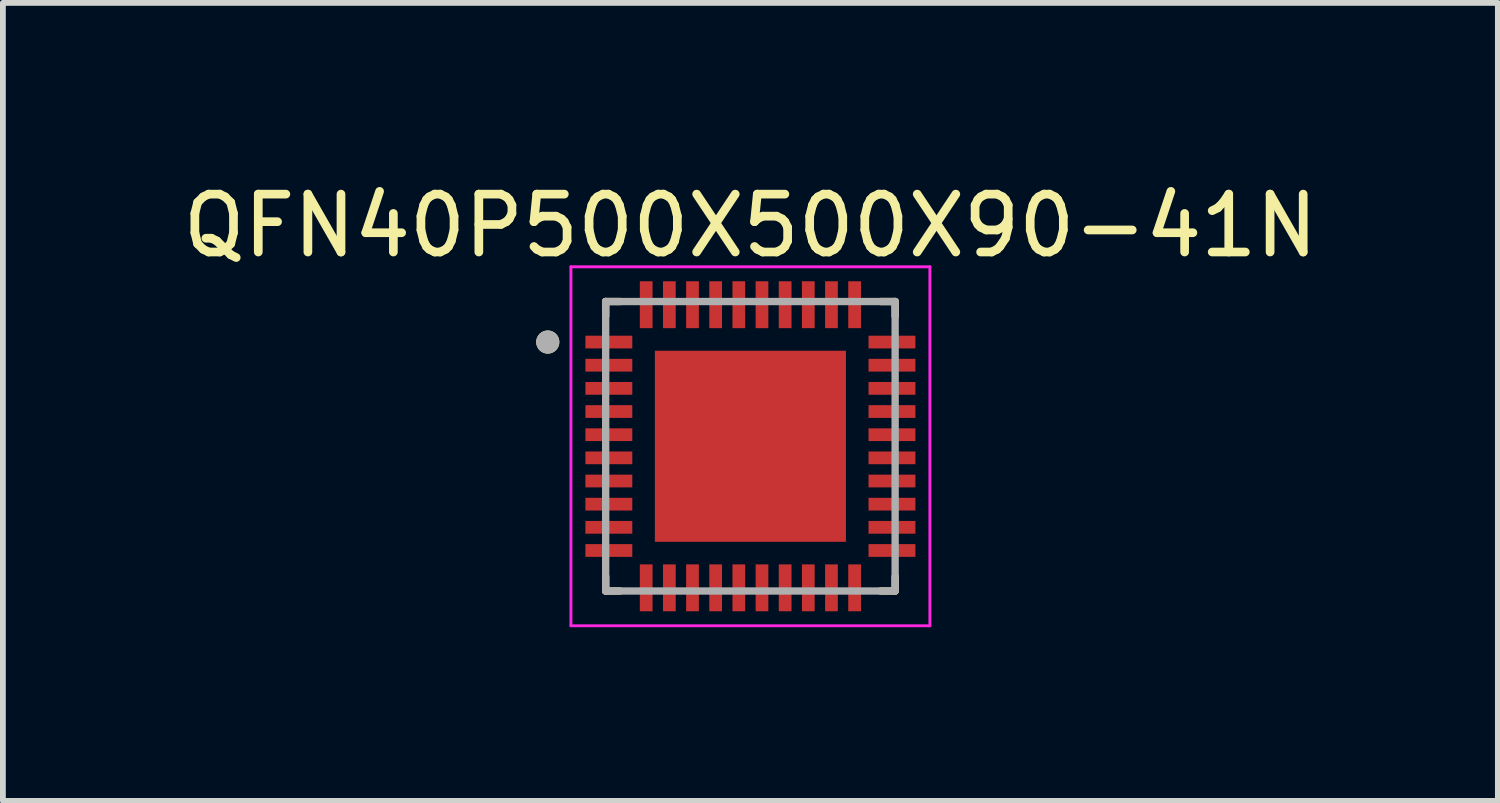
<source format=kicad_pcb>
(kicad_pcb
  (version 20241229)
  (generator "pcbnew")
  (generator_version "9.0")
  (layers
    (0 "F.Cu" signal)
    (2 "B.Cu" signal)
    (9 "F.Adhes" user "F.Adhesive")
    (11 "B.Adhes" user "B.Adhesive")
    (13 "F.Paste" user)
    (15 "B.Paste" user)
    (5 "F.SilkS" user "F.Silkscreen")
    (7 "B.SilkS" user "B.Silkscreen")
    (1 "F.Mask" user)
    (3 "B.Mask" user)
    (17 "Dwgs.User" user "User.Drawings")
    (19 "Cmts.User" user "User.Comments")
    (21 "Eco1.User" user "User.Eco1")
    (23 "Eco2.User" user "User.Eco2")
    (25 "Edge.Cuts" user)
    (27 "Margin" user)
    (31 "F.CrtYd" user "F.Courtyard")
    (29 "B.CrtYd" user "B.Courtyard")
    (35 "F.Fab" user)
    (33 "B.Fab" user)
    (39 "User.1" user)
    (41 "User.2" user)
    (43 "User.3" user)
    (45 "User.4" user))
  (footprint "QFN40P500X500X90-41N"
    (layer "F.Cu")
    (at 9.911 4.658)
    (property "Reference" "QFN40P500X500X90-41N" (at 0 -3.81 0) (layer "F.SilkS") (effects (font (size 1 1) (thickness 0.15))))
    (attr smd)
    (fp_poly (pts (xy -2.9 -1.96) (xy -1.99 -1.96) (xy -1.99 -1.64) (xy -2.9 -1.64)) (stroke (width 0.01) (type solid)) (fill yes) (layer "F.Mask"))
    (fp_poly (pts (xy -2.9 -1.56) (xy -1.99 -1.56) (xy -1.99 -1.24) (xy -2.9 -1.24)) (stroke (width 0.01) (type solid)) (fill yes) (layer "F.Mask"))
    (fp_poly (pts (xy -2.9 -1.16) (xy -1.99 -1.16) (xy -1.99 -0.84) (xy -2.9 -0.84)) (stroke (width 0.01) (type solid)) (fill yes) (layer "F.Mask"))
    (fp_poly (pts (xy -2.9 -0.76) (xy -1.99 -0.76) (xy -1.99 -0.44) (xy -2.9 -0.44)) (stroke (width 0.01) (type solid)) (fill yes) (layer "F.Mask"))
    (fp_poly (pts (xy -2.9 -0.36) (xy -1.99 -0.36) (xy -1.99 -0.04) (xy -2.9 -0.04)) (stroke (width 0.01) (type solid)) (fill yes) (layer "F.Mask"))
    (fp_poly (pts (xy -2.9 0.04) (xy -1.99 0.04) (xy -1.99 0.36) (xy -2.9 0.36)) (stroke (width 0.01) (type solid)) (fill yes) (layer "F.Mask"))
    (fp_poly (pts (xy -2.9 0.44) (xy -1.99 0.44) (xy -1.99 0.76) (xy -2.9 0.76)) (stroke (width 0.01) (type solid)) (fill yes) (layer "F.Mask"))
    (fp_poly (pts (xy -2.9 0.84) (xy -1.99 0.84) (xy -1.99 1.16) (xy -2.9 1.16)) (stroke (width 0.01) (type solid)) (fill yes) (layer "F.Mask"))
    (fp_poly (pts (xy -2.9 1.24) (xy -1.99 1.24) (xy -1.99 1.56) (xy -2.9 1.56)) (stroke (width 0.01) (type solid)) (fill yes) (layer "F.Mask"))
    (fp_poly (pts (xy -2.9 1.64) (xy -1.99 1.64) (xy -1.99 1.96) (xy -2.9 1.96)) (stroke (width 0.01) (type solid)) (fill yes) (layer "F.Mask"))
    (fp_poly (pts (xy -1.96 -2.9) (xy -1.64 -2.9) (xy -1.64 -1.99) (xy -1.96 -1.99)) (stroke (width 0.01) (type solid)) (fill yes) (layer "F.Mask"))
    (fp_poly (pts (xy -1.96 1.99) (xy -1.64 1.99) (xy -1.64 2.9) (xy -1.96 2.9)) (stroke (width 0.01) (type solid)) (fill yes) (layer "F.Mask"))
    (fp_poly (pts (xy -1.7 -1.7) (xy 1.7 -1.7) (xy 1.7 1.7) (xy -1.7 1.7)) (stroke (width 0.01) (type solid)) (fill yes) (layer "F.Mask"))
    (fp_poly (pts (xy -1.56 -2.9) (xy -1.24 -2.9) (xy -1.24 -1.99) (xy -1.56 -1.99)) (stroke (width 0.01) (type solid)) (fill yes) (layer "F.Mask"))
    (fp_poly (pts (xy -1.56 1.99) (xy -1.24 1.99) (xy -1.24 2.9) (xy -1.56 2.9)) (stroke (width 0.01) (type solid)) (fill yes) (layer "F.Mask"))
    (fp_poly (pts (xy -1.16 -2.9) (xy -0.84 -2.9) (xy -0.84 -1.99) (xy -1.16 -1.99)) (stroke (width 0.01) (type solid)) (fill yes) (layer "F.Mask"))
    (fp_poly (pts (xy -1.16 1.99) (xy -0.84 1.99) (xy -0.84 2.9) (xy -1.16 2.9)) (stroke (width 0.01) (type solid)) (fill yes) (layer "F.Mask"))
    (fp_poly (pts (xy -0.76 -2.9) (xy -0.44 -2.9) (xy -0.44 -1.99) (xy -0.76 -1.99)) (stroke (width 0.01) (type solid)) (fill yes) (layer "F.Mask"))
    (fp_poly (pts (xy -0.76 1.99) (xy -0.44 1.99) (xy -0.44 2.9) (xy -0.76 2.9)) (stroke (width 0.01) (type solid)) (fill yes) (layer "F.Mask"))
    (fp_poly (pts (xy -0.36 -2.9) (xy -0.04 -2.9) (xy -0.04 -1.99) (xy -0.36 -1.99)) (stroke (width 0.01) (type solid)) (fill yes) (layer "F.Mask"))
    (fp_poly (pts (xy -0.36 1.99) (xy -0.04 1.99) (xy -0.04 2.9) (xy -0.36 2.9)) (stroke (width 0.01) (type solid)) (fill yes) (layer "F.Mask"))
    (fp_poly (pts (xy 0.04 -2.9) (xy 0.36 -2.9) (xy 0.36 -1.99) (xy 0.04 -1.99)) (stroke (width 0.01) (type solid)) (fill yes) (layer "F.Mask"))
    (fp_poly (pts (xy 0.04 1.99) (xy 0.36 1.99) (xy 0.36 2.9) (xy 0.04 2.9)) (stroke (width 0.01) (type solid)) (fill yes) (layer "F.Mask"))
    (fp_poly (pts (xy 0.44 -2.9) (xy 0.76 -2.9) (xy 0.76 -1.99) (xy 0.44 -1.99)) (stroke (width 0.01) (type solid)) (fill yes) (layer "F.Mask"))
    (fp_poly (pts (xy 0.44 1.99) (xy 0.76 1.99) (xy 0.76 2.9) (xy 0.44 2.9)) (stroke (width 0.01) (type solid)) (fill yes) (layer "F.Mask"))
    (fp_poly (pts (xy 0.84 -2.9) (xy 1.16 -2.9) (xy 1.16 -1.99) (xy 0.84 -1.99)) (stroke (width 0.01) (type solid)) (fill yes) (layer "F.Mask"))
    (fp_poly (pts (xy 0.84 1.99) (xy 1.16 1.99) (xy 1.16 2.9) (xy 0.84 2.9)) (stroke (width 0.01) (type solid)) (fill yes) (layer "F.Mask"))
    (fp_poly (pts (xy 1.24 -2.9) (xy 1.56 -2.9) (xy 1.56 -1.99) (xy 1.24 -1.99)) (stroke (width 0.01) (type solid)) (fill yes) (layer "F.Mask"))
    (fp_poly (pts (xy 1.24 1.99) (xy 1.56 1.99) (xy 1.56 2.9) (xy 1.24 2.9)) (stroke (width 0.01) (type solid)) (fill yes) (layer "F.Mask"))
    (fp_poly (pts (xy 1.64 -2.9) (xy 1.96 -2.9) (xy 1.96 -1.99) (xy 1.64 -1.99)) (stroke (width 0.01) (type solid)) (fill yes) (layer "F.Mask"))
    (fp_poly (pts (xy 1.64 1.99) (xy 1.96 1.99) (xy 1.96 2.9) (xy 1.64 2.9)) (stroke (width 0.01) (type solid)) (fill yes) (layer "F.Mask"))
    (fp_poly (pts (xy 1.99 -1.96) (xy 2.9 -1.96) (xy 2.9 -1.64) (xy 1.99 -1.64)) (stroke (width 0.01) (type solid)) (fill yes) (layer "F.Mask"))
    (fp_poly (pts (xy 1.99 -1.56) (xy 2.9 -1.56) (xy 2.9 -1.24) (xy 1.99 -1.24)) (stroke (width 0.01) (type solid)) (fill yes) (layer "F.Mask"))
    (fp_poly (pts (xy 1.99 -1.16) (xy 2.9 -1.16) (xy 2.9 -0.84) (xy 1.99 -0.84)) (stroke (width 0.01) (type solid)) (fill yes) (layer "F.Mask"))
    (fp_poly (pts (xy 1.99 -0.76) (xy 2.9 -0.76) (xy 2.9 -0.44) (xy 1.99 -0.44)) (stroke (width 0.01) (type solid)) (fill yes) (layer "F.Mask"))
    (fp_poly (pts (xy 1.99 -0.36) (xy 2.9 -0.36) (xy 2.9 -0.04) (xy 1.99 -0.04)) (stroke (width 0.01) (type solid)) (fill yes) (layer "F.Mask"))
    (fp_poly (pts (xy 1.99 0.04) (xy 2.9 0.04) (xy 2.9 0.36) (xy 1.99 0.36)) (stroke (width 0.01) (type solid)) (fill yes) (layer "F.Mask"))
    (fp_poly (pts (xy 1.99 0.44) (xy 2.9 0.44) (xy 2.9 0.76) (xy 1.99 0.76)) (stroke (width 0.01) (type solid)) (fill yes) (layer "F.Mask"))
    (fp_poly (pts (xy 1.99 0.84) (xy 2.9 0.84) (xy 2.9 1.16) (xy 1.99 1.16)) (stroke (width 0.01) (type solid)) (fill yes) (layer "F.Mask"))
    (fp_poly (pts (xy 1.99 1.24) (xy 2.9 1.24) (xy 2.9 1.56) (xy 1.99 1.56)) (stroke (width 0.01) (type solid)) (fill yes) (layer "F.Mask"))
    (fp_poly (pts (xy 1.99 1.64) (xy 2.9 1.64) (xy 2.9 1.96) (xy 1.99 1.96)) (stroke (width 0.01) (type solid)) (fill yes) (layer "F.Mask"))
    (fp_line (start -2.5 -2.5) (end -2.5 -2.25) (stroke (width 0.127) (type solid)) (layer "F.SilkS"))
    (fp_line (start -2.5 -2.5) (end -2.25 -2.5) (stroke (width 0.127) (type solid)) (layer "F.SilkS"))
    (fp_line (start -2.5 2.25) (end -2.5 2.5) (stroke (width 0.127) (type solid)) (layer "F.SilkS"))
    (fp_line (start -2.5 2.5) (end -2.25 2.5) (stroke (width 0.127) (type solid)) (layer "F.SilkS"))
    (fp_line (start 2.25 -2.5) (end 2.5 -2.5) (stroke (width 0.127) (type solid)) (layer "F.SilkS"))
    (fp_line (start 2.25 2.5) (end 2.5 2.5) (stroke (width 0.127) (type solid)) (layer "F.SilkS"))
    (fp_line (start 2.5 -2.5) (end 2.5 -2.25) (stroke (width 0.127) (type solid)) (layer "F.SilkS"))
    (fp_line (start 2.5 2.5) (end 2.5 2.25) (stroke (width 0.127) (type solid)) (layer "F.SilkS"))
    (fp_circle (center -3.5 -1.8) (end -3.4 -1.8) (stroke (width 0.2) (type solid)) (fill no) (layer "F.SilkS"))
    (fp_poly (pts (xy -1.044 -1.044) (xy 1.044 -1.044) (xy 1.044 1.044) (xy -1.044 1.044)) (stroke (width 0.01) (type solid)) (fill yes) (layer "F.Paste"))
    (fp_line (start -3.1 -3.1) (end 3.1 -3.1) (stroke (width 0.05) (type solid)) (layer "F.CrtYd"))
    (fp_line (start -3.1 3.1) (end -3.1 -3.1) (stroke (width 0.05) (type solid)) (layer "F.CrtYd"))
    (fp_line (start 3.1 -3.1) (end 3.1 3.1) (stroke (width 0.05) (type solid)) (layer "F.CrtYd"))
    (fp_line (start 3.1 3.1) (end -3.1 3.1) (stroke (width 0.05) (type solid)) (layer "F.CrtYd"))
    (fp_line (start -2.5 -2.5) (end 2.5 -2.5) (stroke (width 0.127) (type solid)) (layer "F.Fab"))
    (fp_line (start -2.5 2.5) (end -2.5 -2.5) (stroke (width 0.127) (type solid)) (layer "F.Fab"))
    (fp_line (start 2.5 -2.5) (end 2.5 2.5) (stroke (width 0.127) (type solid)) (layer "F.Fab"))
    (fp_line (start 2.5 2.5) (end -2.5 2.5) (stroke (width 0.127) (type solid)) (layer "F.Fab"))
    (fp_circle (center -3.5 -1.8) (end -3.4 -1.8) (stroke (width 0.2) (type solid)) (fill no) (layer "F.Fab"))
    (pad "1" smd rect (at -2.445 -1.8) (size 0.81 0.22) (layers "F.Cu" "F.Paste"))
    (pad "2" smd rect (at -2.445 -1.4) (size 0.81 0.22) (layers "F.Cu" "F.Paste"))
    (pad "3" smd rect (at -2.445 -1) (size 0.81 0.22) (layers "F.Cu" "F.Paste"))
    (pad "4" smd rect (at -2.445 -0.6) (size 0.81 0.22) (layers "F.Cu" "F.Paste"))
    (pad "5" smd rect (at -2.445 -0.2) (size 0.81 0.22) (layers "F.Cu" "F.Paste"))
    (pad "6" smd rect (at -2.445 0.2) (size 0.81 0.22) (layers "F.Cu" "F.Paste"))
    (pad "7" smd rect (at -2.445 0.6) (size 0.81 0.22) (layers "F.Cu" "F.Paste"))
    (pad "8" smd rect (at -2.445 1) (size 0.81 0.22) (layers "F.Cu" "F.Paste"))
    (pad "9" smd rect (at -2.445 1.4) (size 0.81 0.22) (layers "F.Cu" "F.Paste"))
    (pad "10" smd rect (at -2.445 1.8) (size 0.81 0.22) (layers "F.Cu" "F.Paste"))
    (pad "11" smd rect (at -1.8 2.445) (size 0.22 0.81) (layers "F.Cu" "F.Paste"))
    (pad "12" smd rect (at -1.4 2.445) (size 0.22 0.81) (layers "F.Cu" "F.Paste"))
    (pad "13" smd rect (at -1 2.445) (size 0.22 0.81) (layers "F.Cu" "F.Paste"))
    (pad "14" smd rect (at -0.6 2.445) (size 0.22 0.81) (layers "F.Cu" "F.Paste"))
    (pad "15" smd rect (at -0.2 2.445) (size 0.22 0.81) (layers "F.Cu" "F.Paste"))
    (pad "16" smd rect (at 0.2 2.445) (size 0.22 0.81) (layers "F.Cu" "F.Paste"))
    (pad "17" smd rect (at 0.6 2.445) (size 0.22 0.81) (layers "F.Cu" "F.Paste"))
    (pad "18" smd rect (at 1 2.445) (size 0.22 0.81) (layers "F.Cu" "F.Paste"))
    (pad "19" smd rect (at 1.4 2.445) (size 0.22 0.81) (layers "F.Cu" "F.Paste"))
    (pad "20" smd rect (at 1.8 2.445) (size 0.22 0.81) (layers "F.Cu" "F.Paste"))
    (pad "21" smd rect (at 2.445 1.8) (size 0.81 0.22) (layers "F.Cu" "F.Paste"))
    (pad "22" smd rect (at 2.445 1.4) (size 0.81 0.22) (layers "F.Cu" "F.Paste"))
    (pad "23" smd rect (at 2.445 1) (size 0.81 0.22) (layers "F.Cu" "F.Paste"))
    (pad "24" smd rect (at 2.445 0.6) (size 0.81 0.22) (layers "F.Cu" "F.Paste"))
    (pad "25" smd rect (at 2.445 0.2) (size 0.81 0.22) (layers "F.Cu" "F.Paste"))
    (pad "26" smd rect (at 2.445 -0.2) (size 0.81 0.22) (layers "F.Cu" "F.Paste"))
    (pad "27" smd rect (at 2.445 -0.6) (size 0.81 0.22) (layers "F.Cu" "F.Paste"))
    (pad "28" smd rect (at 2.445 -1) (size 0.81 0.22) (layers "F.Cu" "F.Paste"))
    (pad "29" smd rect (at 2.445 -1.4) (size 0.81 0.22) (layers "F.Cu" "F.Paste"))
    (pad "30" smd rect (at 2.445 -1.8) (size 0.81 0.22) (layers "F.Cu" "F.Paste"))
    (pad "31" smd rect (at 1.8 -2.445) (size 0.22 0.81) (layers "F.Cu" "F.Paste"))
    (pad "32" smd rect (at 1.4 -2.445) (size 0.22 0.81) (layers "F.Cu" "F.Paste"))
    (pad "33" smd rect (at 1 -2.445) (size 0.22 0.81) (layers "F.Cu" "F.Paste"))
    (pad "34" smd rect (at 0.6 -2.445) (size 0.22 0.81) (layers "F.Cu" "F.Paste"))
    (pad "35" smd rect (at 0.2 -2.445) (size 0.22 0.81) (layers "F.Cu" "F.Paste"))
    (pad "36" smd rect (at -0.2 -2.445) (size 0.22 0.81) (layers "F.Cu" "F.Paste"))
    (pad "37" smd rect (at -0.6 -2.445) (size 0.22 0.81) (layers "F.Cu" "F.Paste"))
    (pad "38" smd rect (at -1 -2.445) (size 0.22 0.81) (layers "F.Cu" "F.Paste"))
    (pad "39" smd rect (at -1.4 -2.445) (size 0.22 0.81) (layers "F.Cu" "F.Paste"))
    (pad "40" smd rect (at -1.8 -2.445) (size 0.22 0.81) (layers "F.Cu" "F.Paste"))
    (pad "41" smd rect (at 0 0) (size 3.3 3.3) (layers "F.Cu")))
  (gr_rect
    (start -3 -3)
    (end 22.821 10.783)
    (stroke (width 0.1) (type default))
    (fill no)
    (layer "Edge.Cuts")))
</source>
